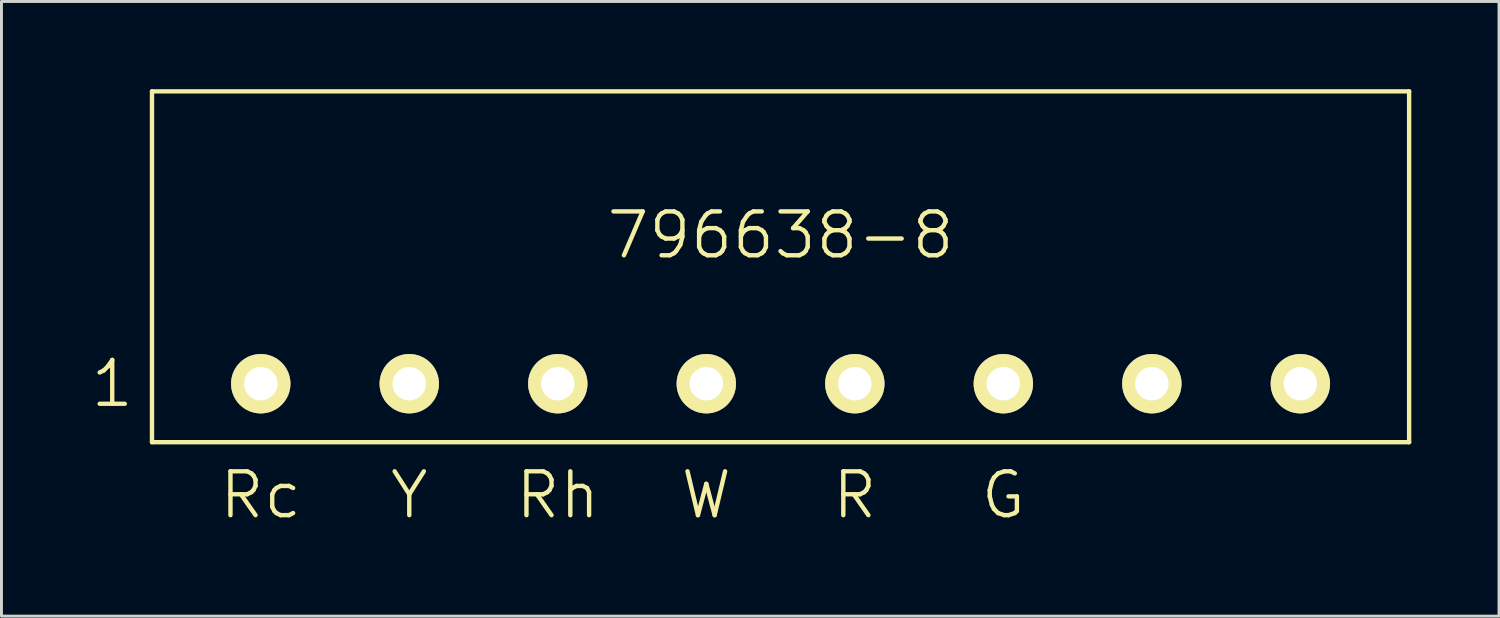
<source format=kicad_pcb>
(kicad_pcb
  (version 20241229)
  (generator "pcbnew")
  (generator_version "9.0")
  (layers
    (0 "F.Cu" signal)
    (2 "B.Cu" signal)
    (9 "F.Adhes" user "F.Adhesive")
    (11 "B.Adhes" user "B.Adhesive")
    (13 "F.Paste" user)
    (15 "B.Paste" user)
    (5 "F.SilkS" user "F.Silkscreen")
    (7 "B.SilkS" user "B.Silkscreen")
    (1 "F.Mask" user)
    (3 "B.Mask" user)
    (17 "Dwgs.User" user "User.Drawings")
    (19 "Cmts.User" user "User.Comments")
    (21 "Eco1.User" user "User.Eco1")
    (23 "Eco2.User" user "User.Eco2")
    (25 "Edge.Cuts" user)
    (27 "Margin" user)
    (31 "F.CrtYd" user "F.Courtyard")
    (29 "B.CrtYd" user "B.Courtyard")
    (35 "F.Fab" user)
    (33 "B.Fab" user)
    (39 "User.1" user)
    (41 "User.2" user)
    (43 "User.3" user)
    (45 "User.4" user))
  (footprint "796638-8"
    (layer "F.Cu")
    (at 23.649 10.075)
    (property "Reference" "796638-8" (at 0 -5.08 0) (layer "F.SilkS") (effects (font (size 1.5 1.5) (thickness 0.15))))
    (attr through_hole)
    (fp_line (start -21.5 -10) (end -21.5 2) (stroke (width 0.15) (type solid)) (layer "F.SilkS"))
    (fp_line (start -21.5 2) (end 21.5 2) (stroke (width 0.15) (type solid)) (layer "F.SilkS"))
    (fp_line (start 21.5 -10) (end -21.5 -10) (stroke (width 0.15) (type solid)) (layer "F.SilkS"))
    (fp_line (start 21.5 2) (end 21.5 -10) (stroke (width 0.15) (type solid)) (layer "F.SilkS"))
    (fp_text user "R" (at 2.54 3.81 0) (layer "F.SilkS") (effects (font (size 1.5 1.5) (thickness 0.15))))
    (fp_text user "Rh" (at -7.62 3.81 0) (layer "F.SilkS") (effects (font (size 1.5 1.5) (thickness 0.15))))
    (fp_text user "Rc" (at -17.78 3.81 0) (layer "F.SilkS") (effects (font (size 1.5 1.5) (thickness 0.15))))
    (fp_text user "1" (at -22.86 0 0) (layer "F.SilkS") (effects (font (size 1.5 1.5) (thickness 0.15))))
    (fp_text user "Y" (at -12.7 3.81 0) (layer "F.SilkS") (effects (font (size 1.5 1.5) (thickness 0.15))))
    (fp_text user "W" (at -2.54 3.81 0) (layer "F.SilkS") (effects (font (size 1.5 1.5) (thickness 0.15))))
    (fp_text user "G" (at 7.62 3.81 0) (layer "F.SilkS") (effects (font (size 1.5 1.5) (thickness 0.15))))
    (pad "1" thru_hole circle (at -17.78 0) (size 2.032 2.032) (drill 1.143) (layers "*.Cu" "*.Mask" "F.SilkS"))
    (pad "2" thru_hole circle (at -12.7 0) (size 2.032 2.032) (drill 1.143) (layers "*.Cu" "*.Mask" "F.SilkS"))
    (pad "3" thru_hole circle (at -7.62 0) (size 2.032 2.032) (drill 1.143) (layers "*.Cu" "*.Mask" "F.SilkS"))
    (pad "4" thru_hole circle (at -2.54 0) (size 2.032 2.032) (drill 1.143) (layers "*.Cu" "*.Mask" "F.SilkS"))
    (pad "5" thru_hole circle (at 2.54 0) (size 2.032 2.032) (drill 1.143) (layers "*.Cu" "*.Mask" "F.SilkS"))
    (pad "6" thru_hole circle (at 7.62 0) (size 2.032 2.032) (drill 1.143) (layers "*.Cu" "*.Mask" "F.SilkS"))
    (pad "7" thru_hole circle (at 12.7 0) (size 2.032 2.032) (drill 1.143) (layers "*.Cu" "*.Mask" "F.SilkS"))
    (pad "8" thru_hole circle (at 17.78 0) (size 2.032 2.032) (drill 1.143) (layers "*.Cu" "*.Mask" "F.SilkS")))
  (gr_rect
    (start -3 -3)
    (end 48.224 18.026)
    (stroke (width 0.1) (type default))
    (fill no)
    (layer "Edge.Cuts")))
</source>
